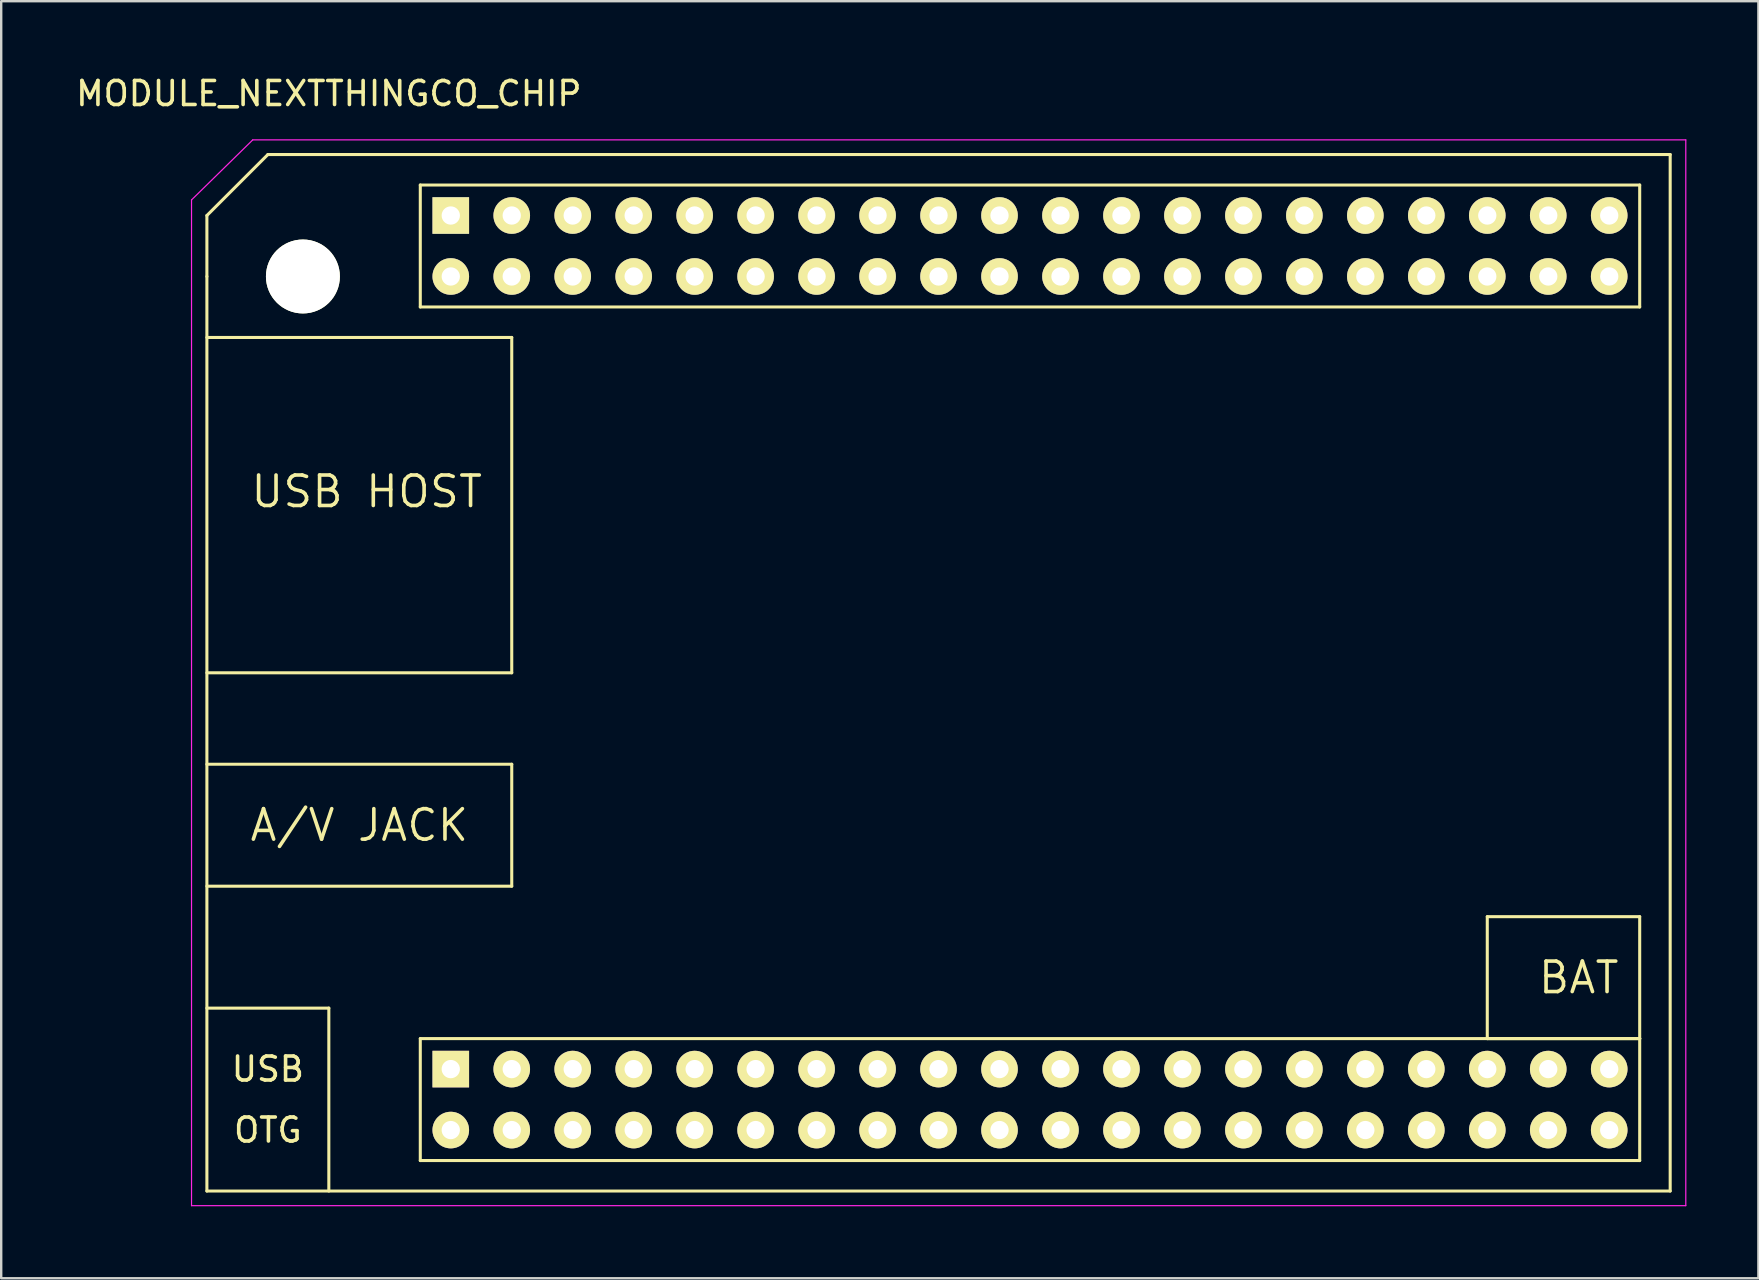
<source format=kicad_pcb>
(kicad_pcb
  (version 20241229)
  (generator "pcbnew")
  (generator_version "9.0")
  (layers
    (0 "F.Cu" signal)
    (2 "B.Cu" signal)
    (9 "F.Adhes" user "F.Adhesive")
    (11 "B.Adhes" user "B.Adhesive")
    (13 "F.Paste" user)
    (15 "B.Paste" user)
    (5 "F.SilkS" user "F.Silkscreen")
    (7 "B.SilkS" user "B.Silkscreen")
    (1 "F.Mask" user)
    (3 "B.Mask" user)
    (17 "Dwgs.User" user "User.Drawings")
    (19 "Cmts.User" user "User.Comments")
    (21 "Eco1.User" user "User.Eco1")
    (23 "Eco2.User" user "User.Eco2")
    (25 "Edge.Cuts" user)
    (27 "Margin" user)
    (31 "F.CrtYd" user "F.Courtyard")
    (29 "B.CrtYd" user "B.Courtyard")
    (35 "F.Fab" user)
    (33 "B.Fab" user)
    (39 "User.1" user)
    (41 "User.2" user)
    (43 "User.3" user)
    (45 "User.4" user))
  (footprint "MODULE_NEXTTHINGCO_CHIP"
    (layer "F.Cu")
    (at 15.729 5.928)
    (property "Reference" "MODULE_NEXTTHINGCO_CHIP" (at -5.08 -5.08 0) (layer "F.SilkS") (effects (font (size 1 1) (thickness 0.15))))
    (attr through_hole)
    (fp_line (start -10.16 0) (end -7.62 -2.54) (stroke (width 0.127) (type solid)) (layer "F.SilkS"))
    (fp_line (start -10.16 2.54) (end -10.16 0) (stroke (width 0.127) (type solid)) (layer "F.SilkS"))
    (fp_line (start -10.16 5.08) (end 2.54 5.08) (stroke (width 0.127) (type solid)) (layer "F.SilkS"))
    (fp_line (start -10.16 22.86) (end 2.54 22.86) (stroke (width 0.127) (type solid)) (layer "F.SilkS"))
    (fp_line (start -10.16 40.64) (end -10.16 2.54) (stroke (width 0.127) (type solid)) (layer "F.SilkS"))
    (fp_line (start -7.62 -2.54) (end 50.8 -2.54) (stroke (width 0.127) (type solid)) (layer "F.SilkS"))
    (fp_line (start -5.08 33.02) (end -10.16 33.02) (stroke (width 0.127) (type solid)) (layer "F.SilkS"))
    (fp_line (start -5.08 40.64) (end -5.08 33.02) (stroke (width 0.127) (type solid)) (layer "F.SilkS"))
    (fp_line (start -1.27 -1.27) (end -1.27 3.81) (stroke (width 0.127) (type solid)) (layer "F.SilkS"))
    (fp_line (start -1.27 3.81) (end 49.53 3.81) (stroke (width 0.127) (type solid)) (layer "F.SilkS"))
    (fp_line (start -1.27 34.29) (end -1.27 39.37) (stroke (width 0.127) (type solid)) (layer "F.SilkS"))
    (fp_line (start -1.27 39.37) (end 49.53 39.37) (stroke (width 0.127) (type solid)) (layer "F.SilkS"))
    (fp_line (start 2.54 5.08) (end 2.54 19.05) (stroke (width 0.127) (type solid)) (layer "F.SilkS"))
    (fp_line (start 2.54 19.05) (end -10.16 19.05) (stroke (width 0.127) (type solid)) (layer "F.SilkS"))
    (fp_line (start 2.54 22.86) (end 2.54 27.94) (stroke (width 0.127) (type solid)) (layer "F.SilkS"))
    (fp_line (start 2.54 27.94) (end -10.16 27.94) (stroke (width 0.127) (type solid)) (layer "F.SilkS"))
    (fp_line (start 43.18 29.21) (end 49.53 29.21) (stroke (width 0.127) (type solid)) (layer "F.SilkS"))
    (fp_line (start 43.18 34.29) (end 43.18 29.21) (stroke (width 0.127) (type solid)) (layer "F.SilkS"))
    (fp_line (start 49.53 -1.27) (end -1.27 -1.27) (stroke (width 0.127) (type solid)) (layer "F.SilkS"))
    (fp_line (start 49.53 3.81) (end 49.53 -1.27) (stroke (width 0.127) (type solid)) (layer "F.SilkS"))
    (fp_line (start 49.53 29.21) (end 49.53 34.29) (stroke (width 0.127) (type solid)) (layer "F.SilkS"))
    (fp_line (start 49.53 34.29) (end -1.27 34.29) (stroke (width 0.127) (type solid)) (layer "F.SilkS"))
    (fp_line (start 49.53 34.29) (end 43.18 34.29) (stroke (width 0.127) (type solid)) (layer "F.SilkS"))
    (fp_line (start 49.53 39.37) (end 49.53 34.29) (stroke (width 0.127) (type solid)) (layer "F.SilkS"))
    (fp_line (start 50.8 -2.54) (end 50.8 40.64) (stroke (width 0.127) (type solid)) (layer "F.SilkS"))
    (fp_line (start 50.8 40.64) (end -10.16 40.64) (stroke (width 0.127) (type solid)) (layer "F.SilkS"))
    (fp_line (start -10.8 -0.65) (end -10.8 41.25) (stroke (width 0.05) (type solid)) (layer "F.CrtYd"))
    (fp_line (start -10.8 41.25) (end 51.45 41.25) (stroke (width 0.05) (type solid)) (layer "F.CrtYd"))
    (fp_line (start -8.25 -3.15) (end -10.8 -0.65) (stroke (width 0.05) (type solid)) (layer "F.CrtYd"))
    (fp_line (start 51.45 -3.15) (end -8.25 -3.15) (stroke (width 0.05) (type solid)) (layer "F.CrtYd"))
    (fp_line (start 51.45 41.25) (end 51.45 -3.15) (stroke (width 0.05) (type solid)) (layer "F.CrtYd"))
    (fp_text user "OTG" (at -7.62 38.1 0) (layer "F.SilkS") (effects (font (size 1 1) (thickness 0.15))))
    (fp_text user "USB HOST" (at -3.5 11.5 0) (layer "F.SilkS") (effects (font (size 1.27 1.27) (thickness 0.15))))
    (fp_text user "A/V JACK" (at -3.81 25.4 0) (layer "F.SilkS") (effects (font (size 1.27 1.27) (thickness 0.15))))
    (fp_text user "BAT" (at 46.99 31.75 0) (layer "F.SilkS") (effects (font (size 1.27 1.27) (thickness 0.15))))
    (fp_text user "USB" (at -7.62 35.56 0) (layer "F.SilkS") (effects (font (size 1 1) (thickness 0.15))))
    (pad "" np_thru_hole circle (at -6.16 2.54) (size 3.08 3.08) (drill 3.08) (layers "*.Cu" "*.Mask" "F.SilkS"))
    (pad "1" thru_hole rect (at 0 0) (size 1.524 1.524) (drill 0.762) (layers "*.Cu" "*.Mask" "F.SilkS"))
    (pad "2" thru_hole circle (at 0 2.54) (size 1.524 1.524) (drill 0.762) (layers "*.Cu" "*.Mask" "F.SilkS"))
    (pad "3" thru_hole circle (at 2.54 0) (size 1.524 1.524) (drill 0.762) (layers "*.Cu" "*.Mask" "F.SilkS"))
    (pad "4" thru_hole circle (at 2.54 2.54) (size 1.524 1.524) (drill 0.762) (layers "*.Cu" "*.Mask" "F.SilkS"))
    (pad "5" thru_hole circle (at 5.08 0) (size 1.524 1.524) (drill 0.762) (layers "*.Cu" "*.Mask" "F.SilkS"))
    (pad "6" thru_hole circle (at 5.08 2.54) (size 1.524 1.524) (drill 0.762) (layers "*.Cu" "*.Mask" "F.SilkS"))
    (pad "7" thru_hole circle (at 7.62 0) (size 1.524 1.524) (drill 0.762) (layers "*.Cu" "*.Mask" "F.SilkS"))
    (pad "8" thru_hole circle (at 7.62 2.54) (size 1.524 1.524) (drill 0.762) (layers "*.Cu" "*.Mask" "F.SilkS"))
    (pad "9" thru_hole circle (at 10.16 0) (size 1.524 1.524) (drill 0.762) (layers "*.Cu" "*.Mask" "F.SilkS"))
    (pad "10" thru_hole circle (at 10.16 2.54) (size 1.524 1.524) (drill 0.762) (layers "*.Cu" "*.Mask" "F.SilkS"))
    (pad "11" thru_hole circle (at 12.7 0) (size 1.524 1.524) (drill 0.762) (layers "*.Cu" "*.Mask" "F.SilkS"))
    (pad "12" thru_hole circle (at 12.7 2.54) (size 1.524 1.524) (drill 0.762) (layers "*.Cu" "*.Mask" "F.SilkS"))
    (pad "13" thru_hole circle (at 15.24 0) (size 1.524 1.524) (drill 0.762) (layers "*.Cu" "*.Mask" "F.SilkS"))
    (pad "14" thru_hole circle (at 15.24 2.54) (size 1.524 1.524) (drill 0.762) (layers "*.Cu" "*.Mask" "F.SilkS"))
    (pad "15" thru_hole circle (at 17.78 0) (size 1.524 1.524) (drill 0.762) (layers "*.Cu" "*.Mask" "F.SilkS"))
    (pad "16" thru_hole circle (at 17.78 2.54) (size 1.524 1.524) (drill 0.762) (layers "*.Cu" "*.Mask" "F.SilkS"))
    (pad "17" thru_hole circle (at 20.32 0) (size 1.524 1.524) (drill 0.762) (layers "*.Cu" "*.Mask" "F.SilkS"))
    (pad "18" thru_hole circle (at 20.32 2.54) (size 1.524 1.524) (drill 0.762) (layers "*.Cu" "*.Mask" "F.SilkS"))
    (pad "19" thru_hole circle (at 22.86 0) (size 1.524 1.524) (drill 0.762) (layers "*.Cu" "*.Mask" "F.SilkS"))
    (pad "20" thru_hole circle (at 22.86 2.54) (size 1.524 1.524) (drill 0.762) (layers "*.Cu" "*.Mask" "F.SilkS"))
    (pad "21" thru_hole circle (at 25.4 0) (size 1.524 1.524) (drill 0.762) (layers "*.Cu" "*.Mask" "F.SilkS"))
    (pad "22" thru_hole circle (at 25.4 2.54) (size 1.524 1.524) (drill 0.762) (layers "*.Cu" "*.Mask" "F.SilkS"))
    (pad "23" thru_hole circle (at 27.94 0) (size 1.524 1.524) (drill 0.762) (layers "*.Cu" "*.Mask" "F.SilkS"))
    (pad "24" thru_hole circle (at 27.94 2.54) (size 1.524 1.524) (drill 0.762) (layers "*.Cu" "*.Mask" "F.SilkS"))
    (pad "25" thru_hole circle (at 30.48 0) (size 1.524 1.524) (drill 0.762) (layers "*.Cu" "*.Mask" "F.SilkS"))
    (pad "26" thru_hole circle (at 30.48 2.54) (size 1.524 1.524) (drill 0.762) (layers "*.Cu" "*.Mask" "F.SilkS"))
    (pad "27" thru_hole circle (at 33.02 0) (size 1.524 1.524) (drill 0.762) (layers "*.Cu" "*.Mask" "F.SilkS"))
    (pad "28" thru_hole circle (at 33.02 2.54) (size 1.524 1.524) (drill 0.762) (layers "*.Cu" "*.Mask" "F.SilkS"))
    (pad "29" thru_hole circle (at 35.56 0) (size 1.524 1.524) (drill 0.762) (layers "*.Cu" "*.Mask" "F.SilkS"))
    (pad "30" thru_hole circle (at 35.56 2.54) (size 1.524 1.524) (drill 0.762) (layers "*.Cu" "*.Mask" "F.SilkS"))
    (pad "31" thru_hole circle (at 38.1 0) (size 1.524 1.524) (drill 0.762) (layers "*.Cu" "*.Mask" "F.SilkS"))
    (pad "32" thru_hole circle (at 38.1 2.54) (size 1.524 1.524) (drill 0.762) (layers "*.Cu" "*.Mask" "F.SilkS"))
    (pad "33" thru_hole circle (at 40.64 0) (size 1.524 1.524) (drill 0.762) (layers "*.Cu" "*.Mask" "F.SilkS"))
    (pad "34" thru_hole circle (at 40.64 2.54) (size 1.524 1.524) (drill 0.762) (layers "*.Cu" "*.Mask" "F.SilkS"))
    (pad "35" thru_hole circle (at 43.18 0) (size 1.524 1.524) (drill 0.762) (layers "*.Cu" "*.Mask" "F.SilkS"))
    (pad "36" thru_hole circle (at 43.18 2.54) (size 1.524 1.524) (drill 0.762) (layers "*.Cu" "*.Mask" "F.SilkS"))
    (pad "37" thru_hole circle (at 45.72 0) (size 1.524 1.524) (drill 0.762) (layers "*.Cu" "*.Mask" "F.SilkS"))
    (pad "38" thru_hole circle (at 45.72 2.54) (size 1.524 1.524) (drill 0.762) (layers "*.Cu" "*.Mask" "F.SilkS"))
    (pad "39" thru_hole circle (at 48.26 0) (size 1.524 1.524) (drill 0.762) (layers "*.Cu" "*.Mask" "F.SilkS"))
    (pad "40" thru_hole circle (at 48.26 2.54) (size 1.524 1.524) (drill 0.762) (layers "*.Cu" "*.Mask" "F.SilkS"))
    (pad "41" thru_hole rect (at 0 35.56) (size 1.524 1.524) (drill 0.762) (layers "*.Cu" "*.Mask" "F.SilkS"))
    (pad "42" thru_hole circle (at 0 38.1) (size 1.524 1.524) (drill 0.762) (layers "*.Cu" "*.Mask" "F.SilkS"))
    (pad "43" thru_hole circle (at 2.54 35.56) (size 1.524 1.524) (drill 0.762) (layers "*.Cu" "*.Mask" "F.SilkS"))
    (pad "44" thru_hole circle (at 2.54 38.1) (size 1.524 1.524) (drill 0.762) (layers "*.Cu" "*.Mask" "F.SilkS"))
    (pad "45" thru_hole circle (at 5.08 35.56) (size 1.524 1.524) (drill 0.762) (layers "*.Cu" "*.Mask" "F.SilkS"))
    (pad "46" thru_hole circle (at 5.08 38.1) (size 1.524 1.524) (drill 0.762) (layers "*.Cu" "*.Mask" "F.SilkS"))
    (pad "47" thru_hole circle (at 7.62 35.56) (size 1.524 1.524) (drill 0.762) (layers "*.Cu" "*.Mask" "F.SilkS"))
    (pad "48" thru_hole circle (at 7.62 38.1) (size 1.524 1.524) (drill 0.762) (layers "*.Cu" "*.Mask" "F.SilkS"))
    (pad "49" thru_hole circle (at 10.16 35.56) (size 1.524 1.524) (drill 0.762) (layers "*.Cu" "*.Mask" "F.SilkS"))
    (pad "50" thru_hole circle (at 10.16 38.1) (size 1.524 1.524) (drill 0.762) (layers "*.Cu" "*.Mask" "F.SilkS"))
    (pad "51" thru_hole circle (at 12.7 35.56) (size 1.524 1.524) (drill 0.762) (layers "*.Cu" "*.Mask" "F.SilkS"))
    (pad "52" thru_hole circle (at 12.7 38.1) (size 1.524 1.524) (drill 0.762) (layers "*.Cu" "*.Mask" "F.SilkS"))
    (pad "53" thru_hole circle (at 15.24 35.56) (size 1.524 1.524) (drill 0.762) (layers "*.Cu" "*.Mask" "F.SilkS"))
    (pad "54" thru_hole circle (at 15.24 38.1) (size 1.524 1.524) (drill 0.762) (layers "*.Cu" "*.Mask" "F.SilkS"))
    (pad "55" thru_hole circle (at 17.78 35.56) (size 1.524 1.524) (drill 0.762) (layers "*.Cu" "*.Mask" "F.SilkS"))
    (pad "56" thru_hole circle (at 17.78 38.1) (size 1.524 1.524) (drill 0.762) (layers "*.Cu" "*.Mask" "F.SilkS"))
    (pad "57" thru_hole circle (at 20.32 35.56) (size 1.524 1.524) (drill 0.762) (layers "*.Cu" "*.Mask" "F.SilkS"))
    (pad "58" thru_hole circle (at 20.32 38.1) (size 1.524 1.524) (drill 0.762) (layers "*.Cu" "*.Mask" "F.SilkS"))
    (pad "59" thru_hole circle (at 22.86 35.56) (size 1.524 1.524) (drill 0.762) (layers "*.Cu" "*.Mask" "F.SilkS"))
    (pad "60" thru_hole circle (at 22.86 38.1) (size 1.524 1.524) (drill 0.762) (layers "*.Cu" "*.Mask" "F.SilkS"))
    (pad "61" thru_hole circle (at 25.4 35.56) (size 1.524 1.524) (drill 0.762) (layers "*.Cu" "*.Mask" "F.SilkS"))
    (pad "62" thru_hole circle (at 25.4 38.1) (size 1.524 1.524) (drill 0.762) (layers "*.Cu" "*.Mask" "F.SilkS"))
    (pad "63" thru_hole circle (at 27.94 35.56) (size 1.524 1.524) (drill 0.762) (layers "*.Cu" "*.Mask" "F.SilkS"))
    (pad "64" thru_hole circle (at 27.94 38.1) (size 1.524 1.524) (drill 0.762) (layers "*.Cu" "*.Mask" "F.SilkS"))
    (pad "65" thru_hole circle (at 30.48 35.56) (size 1.524 1.524) (drill 0.762) (layers "*.Cu" "*.Mask" "F.SilkS"))
    (pad "66" thru_hole circle (at 30.48 38.1) (size 1.524 1.524) (drill 0.762) (layers "*.Cu" "*.Mask" "F.SilkS"))
    (pad "67" thru_hole circle (at 33.02 35.56) (size 1.524 1.524) (drill 0.762) (layers "*.Cu" "*.Mask" "F.SilkS"))
    (pad "68" thru_hole circle (at 33.02 38.1) (size 1.524 1.524) (drill 0.762) (layers "*.Cu" "*.Mask" "F.SilkS"))
    (pad "69" thru_hole circle (at 35.56 35.56) (size 1.524 1.524) (drill 0.762) (layers "*.Cu" "*.Mask" "F.SilkS"))
    (pad "70" thru_hole circle (at 35.56 38.1) (size 1.524 1.524) (drill 0.762) (layers "*.Cu" "*.Mask" "F.SilkS"))
    (pad "71" thru_hole circle (at 38.1 35.56) (size 1.524 1.524) (drill 0.762) (layers "*.Cu" "*.Mask" "F.SilkS"))
    (pad "72" thru_hole circle (at 38.1 38.1) (size 1.524 1.524) (drill 0.762) (layers "*.Cu" "*.Mask" "F.SilkS"))
    (pad "73" thru_hole circle (at 40.64 35.56) (size 1.524 1.524) (drill 0.762) (layers "*.Cu" "*.Mask" "F.SilkS"))
    (pad "74" thru_hole circle (at 40.64 38.1) (size 1.524 1.524) (drill 0.762) (layers "*.Cu" "*.Mask" "F.SilkS"))
    (pad "75" thru_hole circle (at 43.18 35.56) (size 1.524 1.524) (drill 0.762) (layers "*.Cu" "*.Mask" "F.SilkS"))
    (pad "76" thru_hole circle (at 43.18 38.1) (size 1.524 1.524) (drill 0.762) (layers "*.Cu" "*.Mask" "F.SilkS"))
    (pad "77" thru_hole circle (at 45.72 35.56) (size 1.524 1.524) (drill 0.762) (layers "*.Cu" "*.Mask" "F.SilkS"))
    (pad "78" thru_hole circle (at 45.72 38.1) (size 1.524 1.524) (drill 0.762) (layers "*.Cu" "*.Mask" "F.SilkS"))
    (pad "79" thru_hole circle (at 48.26 35.56) (size 1.524 1.524) (drill 0.762) (layers "*.Cu" "*.Mask" "F.SilkS"))
    (pad "80" thru_hole circle (at 48.26 38.1) (size 1.524 1.524) (drill 0.762) (layers "*.Cu" "*.Mask" "F.SilkS")))
  (gr_rect
    (start -3 -3)
    (end 70.204 50.203)
    (stroke (width 0.1) (type default))
    (fill no)
    (layer "Edge.Cuts")))
</source>
